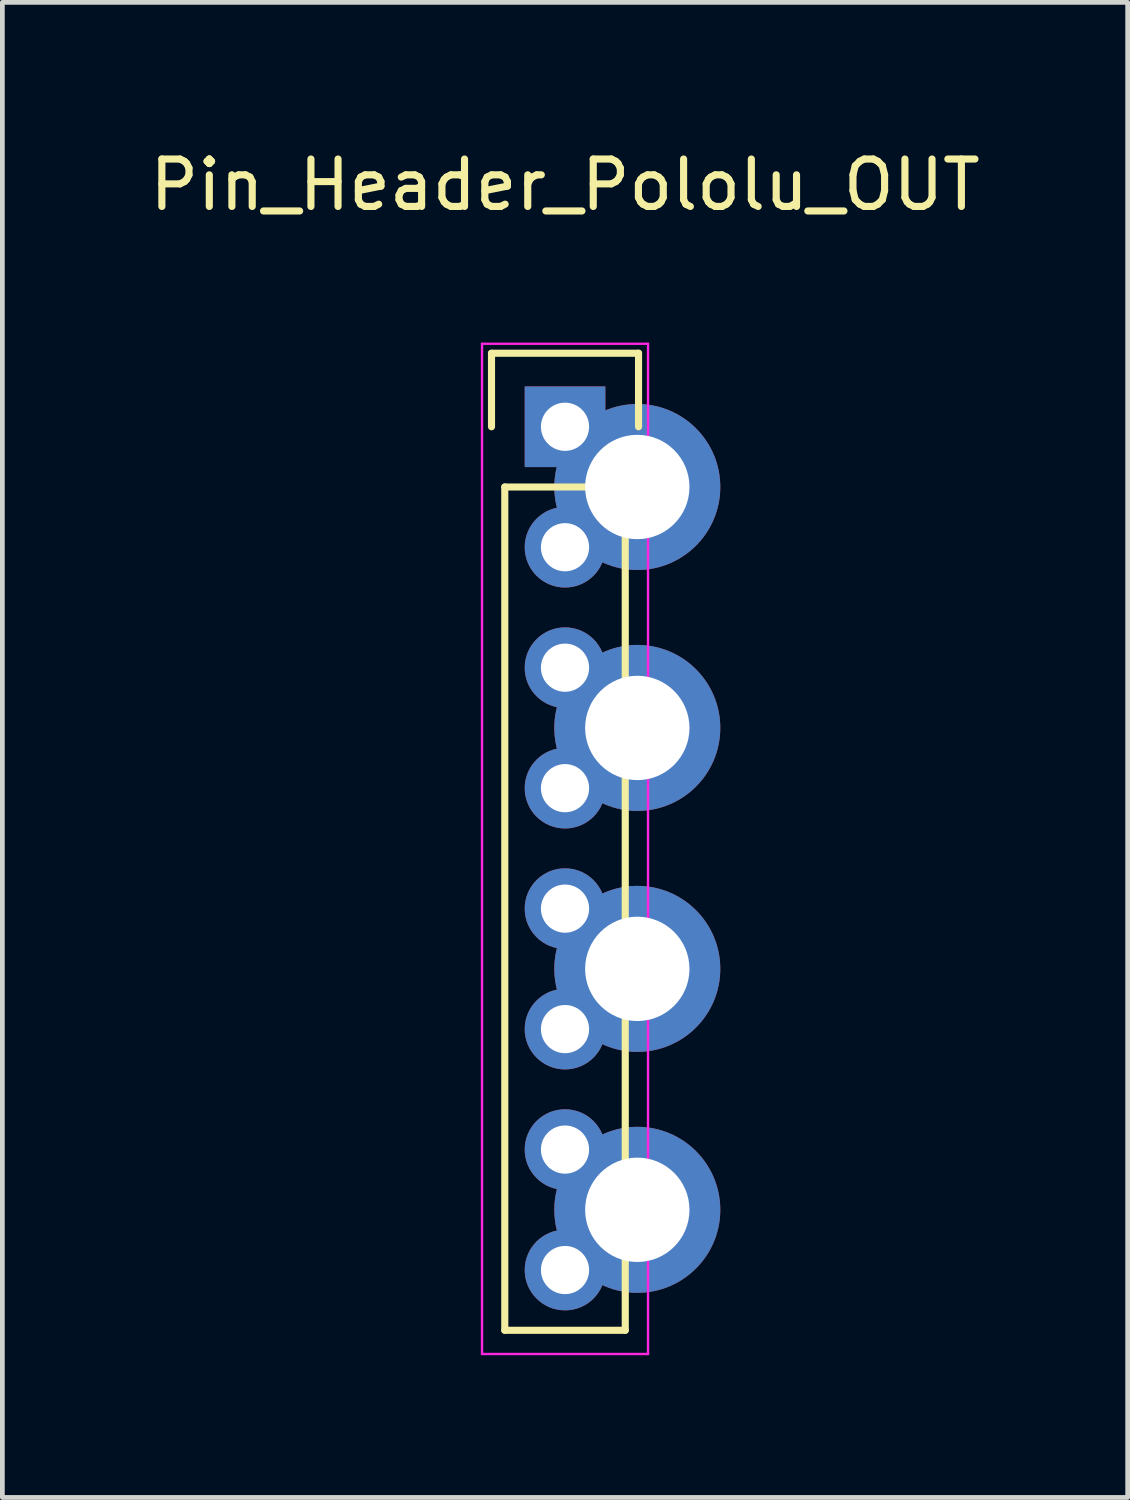
<source format=kicad_pcb>
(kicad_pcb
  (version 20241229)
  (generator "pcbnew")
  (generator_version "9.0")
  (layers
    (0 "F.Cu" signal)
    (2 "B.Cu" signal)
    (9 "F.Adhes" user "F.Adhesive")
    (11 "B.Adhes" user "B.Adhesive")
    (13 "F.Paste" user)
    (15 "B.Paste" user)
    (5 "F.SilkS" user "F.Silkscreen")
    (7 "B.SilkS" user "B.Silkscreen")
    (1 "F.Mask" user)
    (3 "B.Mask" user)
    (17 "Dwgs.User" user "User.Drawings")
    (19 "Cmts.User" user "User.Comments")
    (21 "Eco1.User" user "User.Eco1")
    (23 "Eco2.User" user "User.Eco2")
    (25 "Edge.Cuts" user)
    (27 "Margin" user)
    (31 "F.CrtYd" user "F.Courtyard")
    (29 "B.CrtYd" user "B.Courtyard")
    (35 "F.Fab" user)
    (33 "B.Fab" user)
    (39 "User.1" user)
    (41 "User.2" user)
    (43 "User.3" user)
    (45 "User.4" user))
  (footprint "Pin_Header_Pololu_OUT"
    (layer "F.Cu")
    (at 8.863 5.948)
    (property "Reference" "Pin_Header_Pololu_OUT" (at 0 -5.1 0) (layer "F.SilkS") (effects (font (size 1 1) (thickness 0.15))))
    (attr through_hole)
    (fp_line (start -1.55 -1.55) (end 1.55 -1.55) (stroke (width 0.15) (type solid)) (layer "F.SilkS"))
    (fp_line (start -1.55 0) (end -1.55 -1.55) (stroke (width 0.15) (type solid)) (layer "F.SilkS"))
    (fp_line (start -1.27 19.05) (end -1.27 1.27) (stroke (width 0.15) (type solid)) (layer "F.SilkS"))
    (fp_line (start 1.27 1.27) (end -1.27 1.27) (stroke (width 0.15) (type solid)) (layer "F.SilkS"))
    (fp_line (start 1.27 1.27) (end 1.27 19.05) (stroke (width 0.15) (type solid)) (layer "F.SilkS"))
    (fp_line (start 1.27 19.05) (end -1.27 19.05) (stroke (width 0.15) (type solid)) (layer "F.SilkS"))
    (fp_line (start 1.55 -1.55) (end 1.55 0) (stroke (width 0.15) (type solid)) (layer "F.SilkS"))
    (fp_line (start -1.75 -1.75) (end -1.75 19.55) (stroke (width 0.05) (type solid)) (layer "F.CrtYd"))
    (fp_line (start -1.75 -1.75) (end 1.75 -1.75) (stroke (width 0.05) (type solid)) (layer "F.CrtYd"))
    (fp_line (start -1.75 19.55) (end 1.75 19.55) (stroke (width 0.05) (type solid)) (layer "F.CrtYd"))
    (fp_line (start 1.75 -1.75) (end 1.75 19.55) (stroke (width 0.05) (type solid)) (layer "F.CrtYd"))
    (pad "1" thru_hole rect (at 0 0) (size 1.7 1.7) (drill 1.016) (layers "*.Cu" "*.Mask"))
    (pad "1" thru_hole circle (at 0 2.54) (size 1.7 1.7) (drill 1.016) (layers "*.Cu" "*.Mask"))
    (pad "1" thru_hole circle (at 1.524 1.27) (size 3.5 3.5) (drill 2.2) (layers "*.Cu" "*.Mask"))
    (pad "2" thru_hole circle (at 0 5.08) (size 1.7 1.7) (drill 1.016) (layers "*.Cu" "*.Mask"))
    (pad "2" thru_hole circle (at 0 7.62) (size 1.7 1.7) (drill 1.016) (layers "*.Cu" "*.Mask"))
    (pad "2" thru_hole circle (at 1.524 6.35) (size 3.5 3.5) (drill 2.2) (layers "*.Cu" "*.Mask"))
    (pad "3" thru_hole circle (at 0 10.16) (size 1.7 1.7) (drill 1.016) (layers "*.Cu" "*.Mask"))
    (pad "3" thru_hole circle (at 0 12.7) (size 1.7 1.7) (drill 1.016) (layers "*.Cu" "*.Mask"))
    (pad "3" thru_hole circle (at 1.524 11.43) (size 3.5 3.5) (drill 2.2) (layers "*.Cu" "*.Mask"))
    (pad "4" thru_hole circle (at 0 15.24) (size 1.7 1.7) (drill 1.016) (layers "*.Cu" "*.Mask"))
    (pad "4" thru_hole circle (at 0 17.78) (size 1.7 1.7) (drill 1.016) (layers "*.Cu" "*.Mask"))
    (pad "4" thru_hole circle (at 1.524 16.51) (size 3.5 3.5) (drill 2.2) (layers "*.Cu" "*.Mask")))
  (gr_rect
    (start -3 -3)
    (end 20.726 28.523)
    (stroke (width 0.1) (type default))
    (fill no)
    (layer "Edge.Cuts")))
</source>
